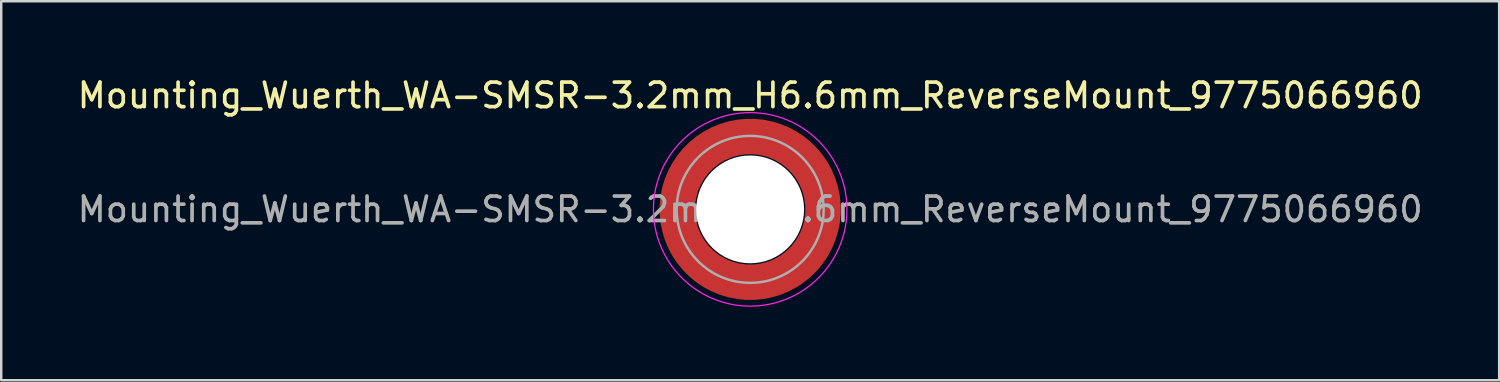
<source format=kicad_pcb>
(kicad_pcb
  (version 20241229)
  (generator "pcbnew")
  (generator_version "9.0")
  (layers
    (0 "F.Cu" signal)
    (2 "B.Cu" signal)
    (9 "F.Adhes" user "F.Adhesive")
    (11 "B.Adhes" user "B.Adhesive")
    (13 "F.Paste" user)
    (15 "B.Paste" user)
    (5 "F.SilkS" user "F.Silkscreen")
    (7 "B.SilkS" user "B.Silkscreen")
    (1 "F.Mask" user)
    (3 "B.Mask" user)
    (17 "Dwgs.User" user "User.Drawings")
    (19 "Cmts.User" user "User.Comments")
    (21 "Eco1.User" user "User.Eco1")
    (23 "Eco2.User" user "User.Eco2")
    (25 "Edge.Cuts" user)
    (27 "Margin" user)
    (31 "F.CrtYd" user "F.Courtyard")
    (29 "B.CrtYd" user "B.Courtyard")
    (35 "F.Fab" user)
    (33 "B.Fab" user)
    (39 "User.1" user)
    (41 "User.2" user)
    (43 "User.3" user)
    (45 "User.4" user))
  (footprint "Mounting_Wuerth_WA-SMSR-3.2mm_H6.6mm_ReverseMount_9775066960"
    (layer "F.Cu")
    (at 27.577 5.498)
    (property "Reference" "Mounting_Wuerth_WA-SMSR-3.2mm_H6.6mm_ReverseMount_9775066960" (at 0 -4.65 0) (layer "F.SilkS") (effects (font (size 1 1) (thickness 0.15))))
    (attr smd allow_soldermask_bridges)
    (fp_circle (center 0 0) (end 3.95 0) (stroke (width 0.05) (type solid)) (fill no) (layer "F.CrtYd"))
    (fp_circle (center 0 0) (end 3 0) (stroke (width 0.1) (type solid)) (fill no) (layer "F.Fab"))
    (fp_text user "${REFERENCE}" (at 0 0 0) (layer "F.Fab") (effects (font (size 1 1) (thickness 0.15))))
    (pad "" smd custom (at -2.095 -2.095) (size 0.672 0.672) (layers "F.Paste") (options (anchor circle)) (primitives (gr_arc (start -0.24231 1.594804) (mid 0.404819 0.404819) (end 1.594804 -0.24231) (width 0.2)) (gr_arc (start -0.3398 1.594804) (mid 0.337349 0.337349) (end 1.594804 -0.3398) (width 0.2)) (gr_arc (start -0.437132 1.594804) (mid 0.269879 0.269879) (end 1.594804 -0.437132) (width 0.2)) (gr_arc (start -0.534324 1.594804) (mid 0.202409 0.202409) (end 1.594804 -0.534324) (width 0.2)) (gr_arc (start -0.631391 1.594804) (mid 0.13494 0.13494) (end 1.594804 -0.631391) (width 0.2)) (gr_arc (start -0.728345 1.594804) (mid 0.06747 0.06747) (end 1.594804 -0.728345) (width 0.2)) (gr_arc (start -0.825197 1.594804) (mid 0 0) (end 1.594804 -0.825197) (width 0.2)) (gr_arc (start -0.921958 1.594804) (mid -0.06747 -0.06747) (end 1.594804 -0.921958) (width 0.2)) (gr_arc (start -1.018637 1.594804) (mid -0.13494 -0.13494) (end 1.594804 -1.018637) (width 0.2)) (gr_arc (start -1.115239 1.594804) (mid -0.202409 -0.202409) (end 1.594804 -1.115239) (width 0.2)) (gr_arc (start -1.211773 1.594804) (mid -0.269879 -0.269879) (end 1.594804 -1.211773) (width 0.2)) (gr_arc (start -1.308244 1.594804) (mid -0.337349 -0.337349) (end 1.594804 -1.308244) (width 0.2)) (gr_arc (start -1.404657 1.594804) (mid -0.404819 -0.404819) (end 1.594804 -1.404657) (width 0.2)) (gr_arc (start -1.404657 1.594804) (mid -0.404819 -0.404819) (end 1.594804 -1.404657) (width 0.2)) (gr_line (start 1.595 -0.242) (end 1.595 -1.405) (width 0.2)) (gr_line (start -0.242 1.595) (end -1.405 1.595) (width 0.2))))
    (pad "" smd custom (at -2.095 2.095) (size 0.672 0.672) (layers "F.Paste") (options (anchor circle)) (primitives (gr_arc (start 1.594804 0.24231) (mid 0.404819 -0.404819) (end -0.24231 -1.594804) (width 0.2)) (gr_arc (start 1.594804 0.3398) (mid 0.337349 -0.337349) (end -0.3398 -1.594804) (width 0.2)) (gr_arc (start 1.594804 0.437132) (mid 0.269879 -0.269879) (end -0.437132 -1.594804) (width 0.2)) (gr_arc (start 1.594804 0.534324) (mid 0.202409 -0.202409) (end -0.534324 -1.594804) (width 0.2)) (gr_arc (start 1.594804 0.631391) (mid 0.13494 -0.13494) (end -0.631391 -1.594804) (width 0.2)) (gr_arc (start 1.594804 0.728345) (mid 0.06747 -0.06747) (end -0.728345 -1.594804) (width 0.2)) (gr_arc (start 1.594804 0.825197) (mid 0 0) (end -0.825197 -1.594804) (width 0.2)) (gr_arc (start 1.594804 0.921958) (mid -0.06747 0.06747) (end -0.921958 -1.594804) (width 0.2)) (gr_arc (start 1.594804 1.018637) (mid -0.13494 0.13494) (end -1.018637 -1.594804) (width 0.2)) (gr_arc (start 1.594804 1.115239) (mid -0.202409 0.202409) (end -1.115239 -1.594804) (width 0.2)) (gr_arc (start 1.594804 1.211773) (mid -0.269879 0.269879) (end -1.211773 -1.594804) (width 0.2)) (gr_arc (start 1.594804 1.308244) (mid -0.337349 0.337349) (end -1.308244 -1.594804) (width 0.2)) (gr_arc (start 1.594804 1.404657) (mid -0.404819 0.404819) (end -1.404657 -1.594804) (width 0.2)) (gr_arc (start 1.594804 1.404657) (mid -0.404819 0.404819) (end -1.404657 -1.594804) (width 0.2)) (gr_line (start -0.242 -1.595) (end -1.405 -1.595) (width 0.2)) (gr_line (start 1.595 0.242) (end 1.595 1.405) (width 0.2))))
    (pad "" np_thru_hole circle (at 0 0) (size 4.4 4.4) (drill 4.4) (layers "*.Cu" "*.Mask"))
    (pad "" smd custom (at 2.095 -2.095) (size 0.672 0.672) (layers "F.Paste") (options (anchor circle)) (primitives (gr_arc (start -1.594804 -0.24231) (mid -0.404819 0.404819) (end 0.24231 1.594804) (width 0.2)) (gr_arc (start -1.594804 -0.3398) (mid -0.337349 0.337349) (end 0.3398 1.594804) (width 0.2)) (gr_arc (start -1.594804 -0.437132) (mid -0.269879 0.269879) (end 0.437132 1.594804) (width 0.2)) (gr_arc (start -1.594804 -0.534324) (mid -0.202409 0.202409) (end 0.534324 1.594804) (width 0.2)) (gr_arc (start -1.594804 -0.631391) (mid -0.13494 0.13494) (end 0.631391 1.594804) (width 0.2)) (gr_arc (start -1.594804 -0.728345) (mid -0.06747 0.06747) (end 0.728345 1.594804) (width 0.2)) (gr_arc (start -1.594804 -0.825197) (mid 0 0) (end 0.825197 1.594804) (width 0.2)) (gr_arc (start -1.594804 -0.921958) (mid 0.06747 -0.06747) (end 0.921958 1.594804) (width 0.2)) (gr_arc (start -1.594804 -1.018637) (mid 0.13494 -0.13494) (end 1.018637 1.594804) (width 0.2)) (gr_arc (start -1.594804 -1.115239) (mid 0.202409 -0.202409) (end 1.115239 1.594804) (width 0.2)) (gr_arc (start -1.594804 -1.211773) (mid 0.269879 -0.269879) (end 1.211773 1.594804) (width 0.2)) (gr_arc (start -1.594804 -1.308244) (mid 0.337349 -0.337349) (end 1.308244 1.594804) (width 0.2)) (gr_arc (start -1.594804 -1.404657) (mid 0.404819 -0.404819) (end 1.404657 1.594804) (width 0.2)) (gr_arc (start -1.594804 -1.404657) (mid 0.404819 -0.404819) (end 1.404657 1.594804) (width 0.2)) (gr_line (start 0.242 1.595) (end 1.405 1.595) (width 0.2)) (gr_line (start -1.595 -0.242) (end -1.595 -1.405) (width 0.2))))
    (pad "" smd custom (at 2.095 2.095) (size 0.672 0.672) (layers "F.Paste") (options (anchor circle)) (primitives (gr_arc (start 0.24231 -1.594804) (mid -0.404819 -0.404819) (end -1.594804 0.24231) (width 0.2)) (gr_arc (start 0.3398 -1.594804) (mid -0.337349 -0.337349) (end -1.594804 0.3398) (width 0.2)) (gr_arc (start 0.437132 -1.594804) (mid -0.269879 -0.269879) (end -1.594804 0.437132) (width 0.2)) (gr_arc (start 0.534324 -1.594804) (mid -0.202409 -0.202409) (end -1.594804 0.534324) (width 0.2)) (gr_arc (start 0.631391 -1.594804) (mid -0.13494 -0.13494) (end -1.594804 0.631391) (width 0.2)) (gr_arc (start 0.728345 -1.594804) (mid -0.06747 -0.06747) (end -1.594804 0.728345) (width 0.2)) (gr_arc (start 0.825197 -1.594804) (mid 0 0) (end -1.594804 0.825197) (width 0.2)) (gr_arc (start 0.921958 -1.594804) (mid 0.06747 0.06747) (end -1.594804 0.921958) (width 0.2)) (gr_arc (start 1.018637 -1.594804) (mid 0.13494 0.13494) (end -1.594804 1.018637) (width 0.2)) (gr_arc (start 1.115239 -1.594804) (mid 0.202409 0.202409) (end -1.594804 1.115239) (width 0.2)) (gr_arc (start 1.211773 -1.594804) (mid 0.269879 0.269879) (end -1.594804 1.211773) (width 0.2)) (gr_arc (start 1.308244 -1.594804) (mid 0.337349 0.337349) (end -1.594804 1.308244) (width 0.2)) (gr_arc (start 1.404657 -1.594804) (mid 0.404819 0.404819) (end -1.594804 1.404657) (width 0.2)) (gr_arc (start 1.404657 -1.594804) (mid 0.404819 0.404819) (end -1.594804 1.404657) (width 0.2)) (gr_line (start -1.595 0.242) (end -1.595 1.405) (width 0.2)) (gr_line (start 0.242 -1.595) (end 1.405 -1.595) (width 0.2))))
    (pad "1" smd circle (at -2.975 0) (size 0.942 0.942) (layers "F.Cu"))
    (pad "1" smd circle (at 0 -2.975) (size 0.942 0.942) (layers "F.Cu"))
    (pad "1" smd circle (at 0 2.975) (size 0.942 0.942) (layers "F.Cu"))
    (pad "1" smd custom (at 2.975 0) (size 1.45 1.45) (layers "F.Cu" "F.Mask") (options (anchor circle)) (primitives (gr_circle (center -2.975 0) (end 0 0) (width 1.45) (fill no)))))
  (gr_rect
    (start -3 -3)
    (end 58.155 12.473)
    (stroke (width 0.1) (type default))
    (fill no)
    (layer "Edge.Cuts")))
</source>
